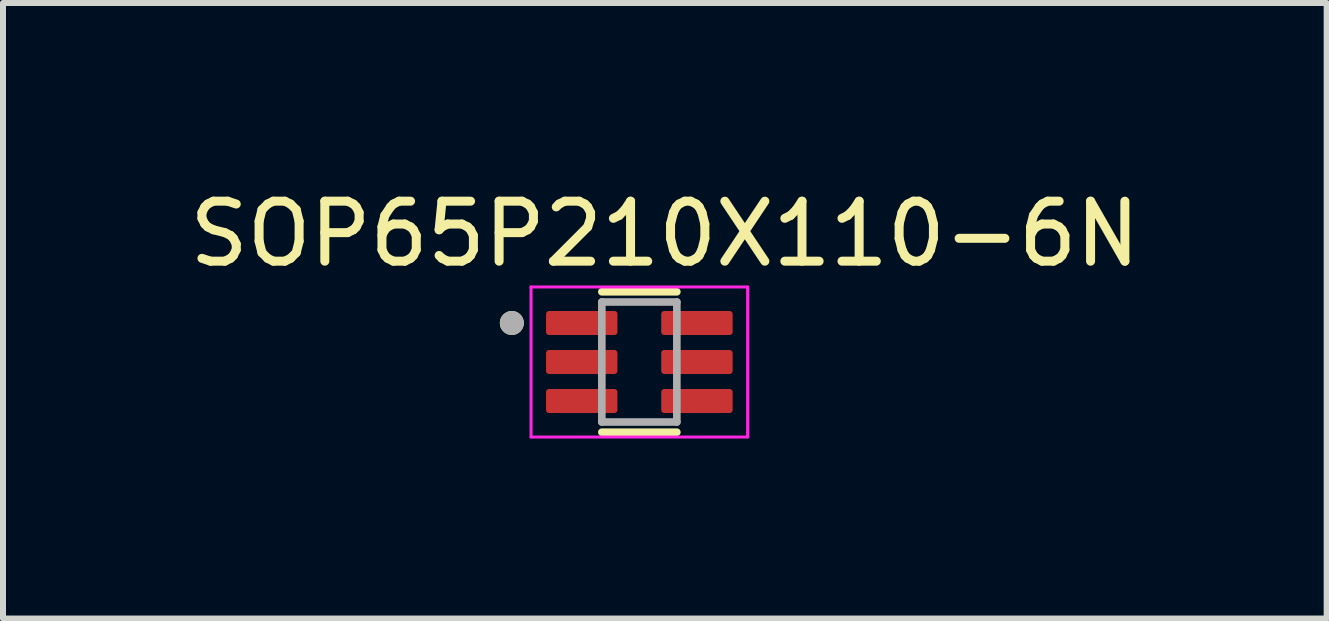
<source format=kicad_pcb>
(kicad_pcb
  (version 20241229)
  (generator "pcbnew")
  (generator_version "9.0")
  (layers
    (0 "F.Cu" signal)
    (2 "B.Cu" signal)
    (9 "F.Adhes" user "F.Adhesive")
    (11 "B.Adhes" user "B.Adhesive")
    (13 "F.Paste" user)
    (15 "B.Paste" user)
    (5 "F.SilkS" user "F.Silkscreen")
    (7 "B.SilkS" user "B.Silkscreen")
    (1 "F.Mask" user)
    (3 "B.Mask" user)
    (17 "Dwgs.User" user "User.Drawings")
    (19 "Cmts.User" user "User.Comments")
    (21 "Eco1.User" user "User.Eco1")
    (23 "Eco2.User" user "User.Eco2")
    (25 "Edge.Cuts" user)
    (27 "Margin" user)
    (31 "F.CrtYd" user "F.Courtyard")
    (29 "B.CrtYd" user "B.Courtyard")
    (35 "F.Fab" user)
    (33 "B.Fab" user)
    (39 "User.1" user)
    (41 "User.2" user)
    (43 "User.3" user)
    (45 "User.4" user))
  (footprint "SOP65P210X110-6N"
    (layer "F.Cu")
    (at 7.605 2.983)
    (property "Reference" "SOP65P210X110-6N" (at 0.425 -2.135 0) (layer "F.SilkS") (effects (font (size 1 1) (thickness 0.15))))
    (attr smd)
    (fp_line (start -0.625 -1.17) (end 0.625 -1.17) (stroke (width 0.127) (type solid)) (layer "F.SilkS"))
    (fp_line (start -0.625 1.17) (end 0.625 1.17) (stroke (width 0.127) (type solid)) (layer "F.SilkS"))
    (fp_circle (center -2.125 -0.65) (end -2.025 -0.65) (stroke (width 0.2) (type solid)) (fill no) (layer "F.SilkS"))
    (fp_line (start -1.805 -1.25) (end -1.805 1.25) (stroke (width 0.05) (type solid)) (layer "F.CrtYd"))
    (fp_line (start -1.805 -1.25) (end 1.805 -1.25) (stroke (width 0.05) (type solid)) (layer "F.CrtYd"))
    (fp_line (start -1.805 1.25) (end 1.805 1.25) (stroke (width 0.05) (type solid)) (layer "F.CrtYd"))
    (fp_line (start 1.805 -1.25) (end 1.805 1.25) (stroke (width 0.05) (type solid)) (layer "F.CrtYd"))
    (fp_line (start -0.625 -1) (end -0.625 1) (stroke (width 0.127) (type solid)) (layer "F.Fab"))
    (fp_line (start -0.625 -1) (end 0.625 -1) (stroke (width 0.127) (type solid)) (layer "F.Fab"))
    (fp_line (start -0.625 1) (end 0.625 1) (stroke (width 0.127) (type solid)) (layer "F.Fab"))
    (fp_line (start 0.625 -1) (end 0.625 1) (stroke (width 0.127) (type solid)) (layer "F.Fab"))
    (fp_circle (center -2.125 -0.65) (end -2.025 -0.65) (stroke (width 0.2) (type solid)) (fill no) (layer "F.Fab"))
    (pad "1" smd roundrect (at -0.96 -0.65) (size 1.19 0.4) (layers "F.Cu" "F.Mask" "F.Paste") (roundrect_rratio 0.125))
    (pad "2" smd roundrect (at -0.96 0) (size 1.19 0.4) (layers "F.Cu" "F.Mask" "F.Paste") (roundrect_rratio 0.125))
    (pad "3" smd roundrect (at -0.96 0.65) (size 1.19 0.4) (layers "F.Cu" "F.Mask" "F.Paste") (roundrect_rratio 0.125))
    (pad "4" smd roundrect (at 0.96 0.65) (size 1.19 0.4) (layers "F.Cu" "F.Mask" "F.Paste") (roundrect_rratio 0.125))
    (pad "5" smd roundrect (at 0.96 0) (size 1.19 0.4) (layers "F.Cu" "F.Mask" "F.Paste") (roundrect_rratio 0.125))
    (pad "6" smd roundrect (at 0.96 -0.65) (size 1.19 0.4) (layers "F.Cu" "F.Mask" "F.Paste") (roundrect_rratio 0.125)))
  (gr_rect
    (start -3 -3)
    (end 19.06 7.258)
    (stroke (width 0.1) (type default))
    (fill no)
    (layer "Edge.Cuts")))
</source>
